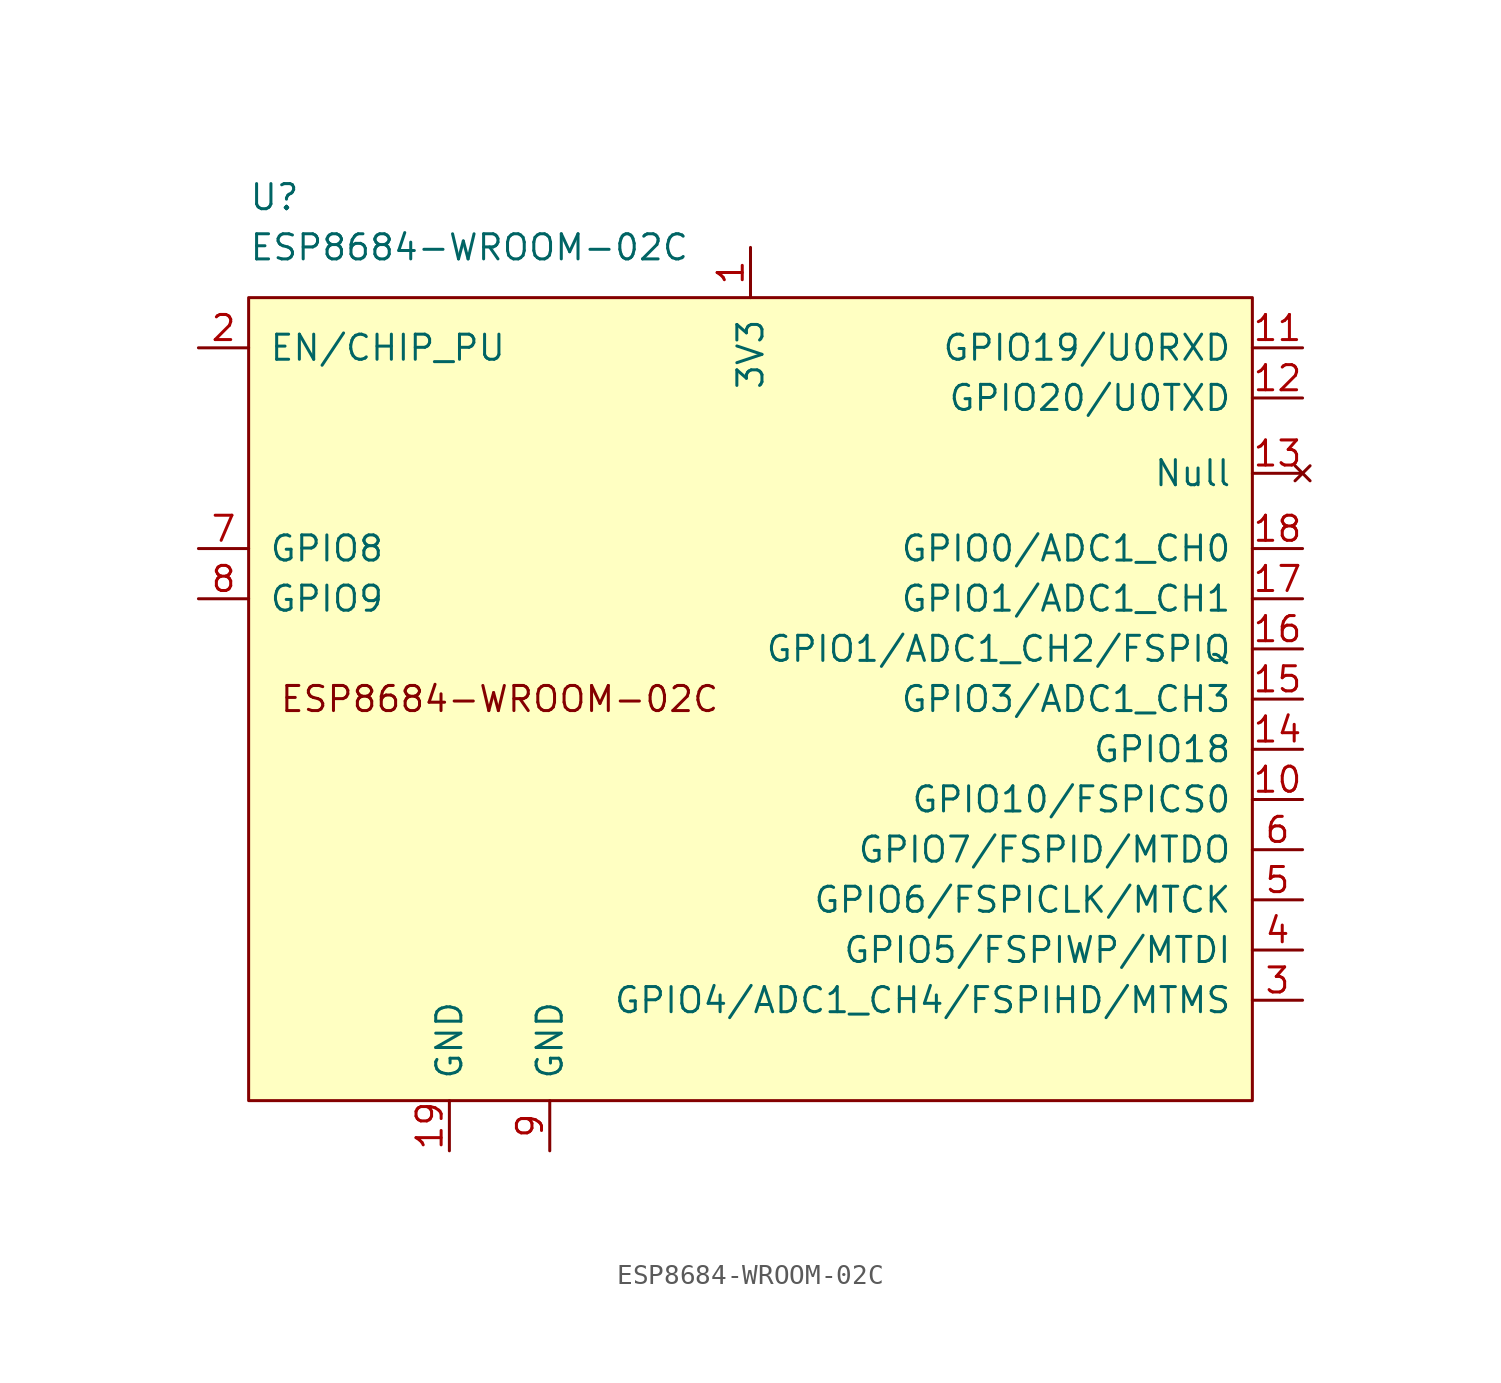
<source format=kicad_sym>
(kicad_symbol_lib
  (version 20220914)
  (generator kicad_symbol_editor)
  (symbol "ESP8684-WROOM-02C"
    (pin_names
      (offset 1.016))
    (property "Reference" "U"
      (at -25.4 25.4 0)
      (effects (font (size 1.27 1.27)) (justify left)))
    (property "Value" "ESP8684-WROOM-02C"
      (at -25.4 22.86 0)
      (effects (font (size 1.27 1.27)) (justify left)))
    (symbol "ESP8684-WROOM-02C_0_1"
      (rectangle (start -25.4 20.32) (end 25.4 -20.32) (stroke (width 0) (type default)) (fill (type background))))
    (symbol "ESP8684-WROOM-02C_1_0"
      (text "ESP8684-WROOM-02C" (at -12.7 0 0) (effects (font (size 1.27 1.27)))))
    (symbol "ESP8684-WROOM-02C_1_1"
      (pin power_in line (at 0 22.86 270) (length 2.54) (name "3V3" (effects (font (size 1.27 1.27)))) (number "1" (effects (font (size 1.27 1.27)))))
      (pin bidirectional line (at 27.94 -5.08 180) (length 2.54) (name "GPIO10/FSPICS0" (effects (font (size 1.27 1.27)))) (number "10" (effects (font (size 1.27 1.27)))))
      (pin bidirectional line (at 27.94 17.78 180) (length 2.54) (name "GPIO19/U0RXD" (effects (font (size 1.27 1.27)))) (number "11" (effects (font (size 1.27 1.27)))))
      (pin bidirectional line (at 27.94 15.24 180) (length 2.54) (name "GPIO20/U0TXD" (effects (font (size 1.27 1.27)))) (number "12" (effects (font (size 1.27 1.27)))))
      (pin no_connect line (at 27.94 11.43 180) (length 2.54) (name "Null" (effects (font (size 1.27 1.27)))) (number "13" (effects (font (size 1.27 1.27)))))
      (pin bidirectional line (at 27.94 -2.54 180) (length 2.54) (name "GPIO18" (effects (font (size 1.27 1.27)))) (number "14" (effects (font (size 1.27 1.27)))))
      (pin bidirectional line (at 27.94 0 180) (length 2.54) (name "GPIO3/ADC1_CH3" (effects (font (size 1.27 1.27)))) (number "15" (effects (font (size 1.27 1.27)))))
      (pin bidirectional line (at 27.94 2.54 180) (length 2.54) (name "GPIO1/ADC1_CH2/FSPIQ" (effects (font (size 1.27 1.27)))) (number "16" (effects (font (size 1.27 1.27)))))
      (pin bidirectional line (at 27.94 5.08 180) (length 2.54) (name "GPIO1/ADC1_CH1" (effects (font (size 1.27 1.27)))) (number "17" (effects (font (size 1.27 1.27)))))
      (pin bidirectional line (at 27.94 7.62 180) (length 2.54) (name "GPIO0/ADC1_CH0" (effects (font (size 1.27 1.27)))) (number "18" (effects (font (size 1.27 1.27)))))
      (pin power_in line (at -15.24 -22.86 90) (length 2.54) (name "GND" (effects (font (size 1.27 1.27)))) (number "19" (effects (font (size 1.27 1.27)))))
      (pin input line (at -27.94 17.78 0) (length 2.54) (name "EN/CHIP_PU" (effects (font (size 1.27 1.27)))) (number "2" (effects (font (size 1.27 1.27)))))
      (pin bidirectional line (at 27.94 -15.24 180) (length 2.54) (name "GPIO4/ADC1_CH4/FSPIHD/MTMS" (effects (font (size 1.27 1.27)))) (number "3" (effects (font (size 1.27 1.27)))))
      (pin bidirectional line (at 27.94 -12.7 180) (length 2.54) (name "GPIO5/FSPIWP/MTDI" (effects (font (size 1.27 1.27)))) (number "4" (effects (font (size 1.27 1.27)))))
      (pin bidirectional line (at 27.94 -10.16 180) (length 2.54) (name "GPIO6/FSPICLK/MTCK" (effects (font (size 1.27 1.27)))) (number "5" (effects (font (size 1.27 1.27)))))
      (pin bidirectional line (at 27.94 -7.62 180) (length 2.54) (name "GPIO7/FSPID/MTDO" (effects (font (size 1.27 1.27)))) (number "6" (effects (font (size 1.27 1.27)))))
      (pin bidirectional line (at -27.94 7.62 0) (length 2.54) (name "GPIO8" (effects (font (size 1.27 1.27)))) (number "7" (effects (font (size 1.27 1.27)))))
      (pin bidirectional line (at -27.94 5.08 0) (length 2.54) (name "GPIO9" (effects (font (size 1.27 1.27)))) (number "8" (effects (font (size 1.27 1.27)))))
      (pin power_in line (at -10.16 -22.86 90) (length 2.54) (name "GND" (effects (font (size 1.27 1.27)))) (number "9" (effects (font (size 1.27 1.27))))))))
</source>
